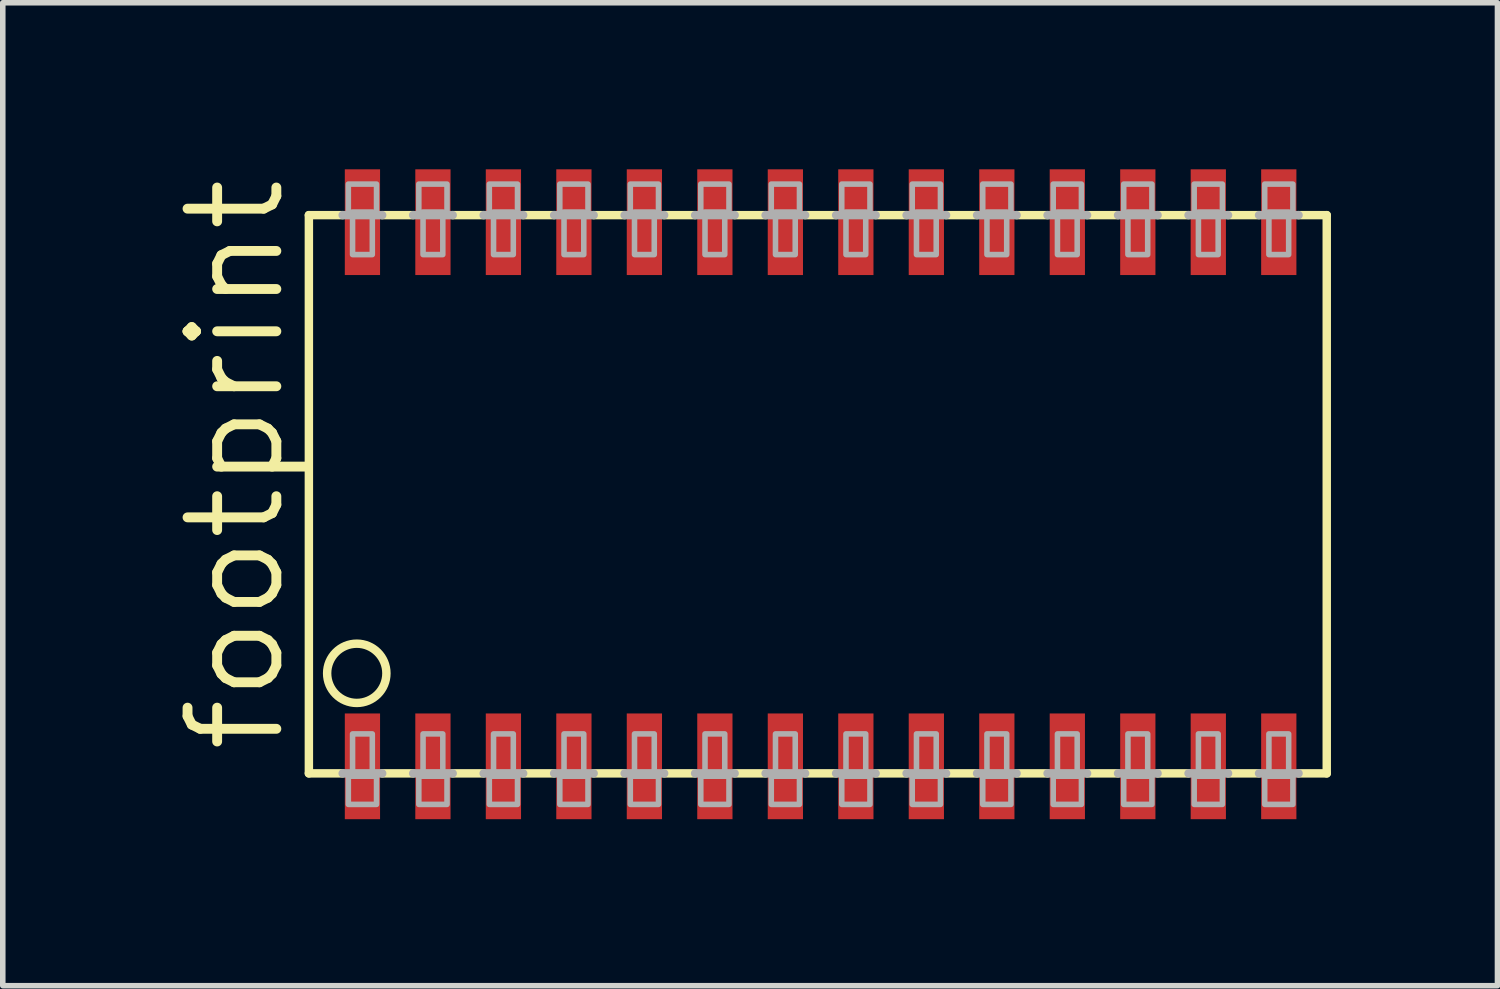
<source format=kicad_pcb>
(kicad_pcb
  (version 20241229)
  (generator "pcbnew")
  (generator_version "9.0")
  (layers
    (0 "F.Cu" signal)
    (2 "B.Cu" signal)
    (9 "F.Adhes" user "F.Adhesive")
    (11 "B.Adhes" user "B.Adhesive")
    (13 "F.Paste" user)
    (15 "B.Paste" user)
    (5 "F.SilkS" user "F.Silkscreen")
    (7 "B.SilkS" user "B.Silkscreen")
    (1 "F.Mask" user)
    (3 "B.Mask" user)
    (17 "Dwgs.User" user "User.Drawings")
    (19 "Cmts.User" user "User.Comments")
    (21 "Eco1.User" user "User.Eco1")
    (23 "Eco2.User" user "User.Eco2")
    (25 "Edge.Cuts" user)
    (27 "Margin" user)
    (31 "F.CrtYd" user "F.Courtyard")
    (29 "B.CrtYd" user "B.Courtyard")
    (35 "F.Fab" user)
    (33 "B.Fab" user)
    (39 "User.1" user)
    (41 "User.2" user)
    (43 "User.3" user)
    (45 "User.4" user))
  (footprint "footprint"
    (layer "F.Cu")
    (at 11.735 5.855)
    (property "Reference" "footprint" (at -9.601 4.724 90) (layer "F.SilkS") (effects (font (size 1.6 1.6) (thickness 0.178)) (justify left bottom)))
    (fp_line (start -9.22 -5.029) (end -9.22 5.029) (stroke (width 0.152) (type solid)) (layer "F.SilkS"))
    (fp_line (start -9.22 -5.029) (end -8.611 -5.029) (stroke (width 0.152) (type solid)) (layer "F.SilkS"))
    (fp_line (start -9.22 5.029) (end -8.611 5.029) (stroke (width 0.152) (type solid)) (layer "F.SilkS"))
    (fp_line (start -7.899 -5.029) (end -7.341 -5.029) (stroke (width 0.152) (type solid)) (layer "F.SilkS"))
    (fp_line (start -7.341 5.029) (end -7.899 5.029) (stroke (width 0.152) (type solid)) (layer "F.SilkS"))
    (fp_line (start -6.629 -5.029) (end -6.071 -5.029) (stroke (width 0.152) (type solid)) (layer "F.SilkS"))
    (fp_line (start -6.071 5.029) (end -6.629 5.029) (stroke (width 0.152) (type solid)) (layer "F.SilkS"))
    (fp_line (start -5.359 -5.029) (end -4.801 -5.029) (stroke (width 0.152) (type solid)) (layer "F.SilkS"))
    (fp_line (start -4.801 5.029) (end -5.359 5.029) (stroke (width 0.152) (type solid)) (layer "F.SilkS"))
    (fp_line (start -4.089 -5.029) (end -3.531 -5.029) (stroke (width 0.152) (type solid)) (layer "F.SilkS"))
    (fp_line (start -3.531 5.029) (end -4.089 5.029) (stroke (width 0.152) (type solid)) (layer "F.SilkS"))
    (fp_line (start -2.819 -5.029) (end -2.261 -5.029) (stroke (width 0.152) (type solid)) (layer "F.SilkS"))
    (fp_line (start -2.261 5.029) (end -2.819 5.029) (stroke (width 0.152) (type solid)) (layer "F.SilkS"))
    (fp_line (start -1.549 -5.029) (end -0.991 -5.029) (stroke (width 0.152) (type solid)) (layer "F.SilkS"))
    (fp_line (start -0.991 5.029) (end -1.549 5.029) (stroke (width 0.152) (type solid)) (layer "F.SilkS"))
    (fp_line (start -0.279 -5.029) (end 0.279 -5.029) (stroke (width 0.152) (type solid)) (layer "F.SilkS"))
    (fp_line (start 0.279 5.029) (end -0.279 5.029) (stroke (width 0.152) (type solid)) (layer "F.SilkS"))
    (fp_line (start 0.991 -5.029) (end 1.549 -5.029) (stroke (width 0.152) (type solid)) (layer "F.SilkS"))
    (fp_line (start 1.549 5.029) (end 0.991 5.029) (stroke (width 0.152) (type solid)) (layer "F.SilkS"))
    (fp_line (start 2.261 -5.029) (end 2.819 -5.029) (stroke (width 0.152) (type solid)) (layer "F.SilkS"))
    (fp_line (start 2.819 5.029) (end 2.261 5.029) (stroke (width 0.152) (type solid)) (layer "F.SilkS"))
    (fp_line (start 3.531 -5.029) (end 4.089 -5.029) (stroke (width 0.152) (type solid)) (layer "F.SilkS"))
    (fp_line (start 4.089 5.029) (end 3.531 5.029) (stroke (width 0.152) (type solid)) (layer "F.SilkS"))
    (fp_line (start 4.801 -5.029) (end 5.359 -5.029) (stroke (width 0.152) (type solid)) (layer "F.SilkS"))
    (fp_line (start 5.359 5.029) (end 4.801 5.029) (stroke (width 0.152) (type solid)) (layer "F.SilkS"))
    (fp_line (start 6.071 -5.029) (end 6.629 -5.029) (stroke (width 0.152) (type solid)) (layer "F.SilkS"))
    (fp_line (start 6.629 5.029) (end 6.071 5.029) (stroke (width 0.152) (type solid)) (layer "F.SilkS"))
    (fp_line (start 7.341 -5.029) (end 7.899 -5.029) (stroke (width 0.152) (type solid)) (layer "F.SilkS"))
    (fp_line (start 7.899 5.029) (end 7.341 5.029) (stroke (width 0.152) (type solid)) (layer "F.SilkS"))
    (fp_line (start 9.119 -5.029) (end 8.611 -5.029) (stroke (width 0.152) (type solid)) (layer "F.SilkS"))
    (fp_line (start 9.119 5.029) (end 8.611 5.029) (stroke (width 0.152) (type solid)) (layer "F.SilkS"))
    (fp_line (start 9.119 5.029) (end 9.119 -5.029) (stroke (width 0.152) (type solid)) (layer "F.SilkS"))
    (fp_circle (center -8.357 3.226) (end -7.823 3.226) (stroke (width 0.152) (type solid)) (fill no) (layer "F.SilkS"))
    (fp_line (start -8.611 -5.029) (end -7.899 -5.029) (stroke (width 0.152) (type solid)) (layer "F.Fab"))
    (fp_line (start -8.611 5.029) (end -7.899 5.029) (stroke (width 0.152) (type solid)) (layer "F.Fab"))
    (fp_line (start -7.341 -5.029) (end -6.629 -5.029) (stroke (width 0.152) (type solid)) (layer "F.Fab"))
    (fp_line (start -6.629 5.029) (end -7.341 5.029) (stroke (width 0.152) (type solid)) (layer "F.Fab"))
    (fp_line (start -6.071 -5.029) (end -5.359 -5.029) (stroke (width 0.152) (type solid)) (layer "F.Fab"))
    (fp_line (start -5.359 5.029) (end -6.071 5.029) (stroke (width 0.152) (type solid)) (layer "F.Fab"))
    (fp_line (start -4.801 -5.029) (end -4.089 -5.029) (stroke (width 0.152) (type solid)) (layer "F.Fab"))
    (fp_line (start -4.089 5.029) (end -4.801 5.029) (stroke (width 0.152) (type solid)) (layer "F.Fab"))
    (fp_line (start -3.531 -5.029) (end -2.819 -5.029) (stroke (width 0.152) (type solid)) (layer "F.Fab"))
    (fp_line (start -2.819 5.029) (end -3.531 5.029) (stroke (width 0.152) (type solid)) (layer "F.Fab"))
    (fp_line (start -2.261 -5.029) (end -1.549 -5.029) (stroke (width 0.152) (type solid)) (layer "F.Fab"))
    (fp_line (start -1.549 5.029) (end -2.261 5.029) (stroke (width 0.152) (type solid)) (layer "F.Fab"))
    (fp_line (start -0.991 -5.029) (end -0.279 -5.029) (stroke (width 0.152) (type solid)) (layer "F.Fab"))
    (fp_line (start -0.279 5.029) (end -0.991 5.029) (stroke (width 0.152) (type solid)) (layer "F.Fab"))
    (fp_line (start 0.279 -5.029) (end 0.991 -5.029) (stroke (width 0.152) (type solid)) (layer "F.Fab"))
    (fp_line (start 0.991 5.029) (end 0.279 5.029) (stroke (width 0.152) (type solid)) (layer "F.Fab"))
    (fp_line (start 1.549 -5.029) (end 2.261 -5.029) (stroke (width 0.152) (type solid)) (layer "F.Fab"))
    (fp_line (start 2.261 5.029) (end 1.549 5.029) (stroke (width 0.152) (type solid)) (layer "F.Fab"))
    (fp_line (start 2.819 -5.029) (end 3.531 -5.029) (stroke (width 0.152) (type solid)) (layer "F.Fab"))
    (fp_line (start 3.531 5.029) (end 2.819 5.029) (stroke (width 0.152) (type solid)) (layer "F.Fab"))
    (fp_line (start 4.089 -5.029) (end 4.801 -5.029) (stroke (width 0.152) (type solid)) (layer "F.Fab"))
    (fp_line (start 4.801 5.029) (end 4.089 5.029) (stroke (width 0.152) (type solid)) (layer "F.Fab"))
    (fp_line (start 5.359 -5.029) (end 6.071 -5.029) (stroke (width 0.152) (type solid)) (layer "F.Fab"))
    (fp_line (start 6.071 5.029) (end 5.359 5.029) (stroke (width 0.152) (type solid)) (layer "F.Fab"))
    (fp_line (start 6.629 -5.029) (end 7.341 -5.029) (stroke (width 0.152) (type solid)) (layer "F.Fab"))
    (fp_line (start 7.341 5.029) (end 6.629 5.029) (stroke (width 0.152) (type solid)) (layer "F.Fab"))
    (fp_line (start 8.611 -5.029) (end 7.899 -5.029) (stroke (width 0.152) (type solid)) (layer "F.Fab"))
    (fp_line (start 8.611 5.029) (end 7.899 5.029) (stroke (width 0.152) (type solid)) (layer "F.Fab"))
    (fp_poly (pts (xy -8.509 -5.08) (xy -8.001 -5.08) (xy -8.001 -5.588) (xy -8.509 -5.588)) (stroke (width 0.1) (type solid)) (fill no) (layer "F.Fab"))
    (fp_poly (pts (xy -8.509 5.588) (xy -8.001 5.588) (xy -8.001 5.08) (xy -8.509 5.08)) (stroke (width 0.1) (type solid)) (fill no) (layer "F.Fab"))
    (fp_poly (pts (xy -8.433 -4.318) (xy -8.077 -4.318) (xy -8.077 -5.08) (xy -8.433 -5.08)) (stroke (width 0.1) (type solid)) (fill no) (layer "F.Fab"))
    (fp_poly (pts (xy -8.433 5.08) (xy -8.077 5.08) (xy -8.077 4.318) (xy -8.433 4.318)) (stroke (width 0.1) (type solid)) (fill no) (layer "F.Fab"))
    (fp_poly (pts (xy -7.239 -5.08) (xy -6.731 -5.08) (xy -6.731 -5.588) (xy -7.239 -5.588)) (stroke (width 0.1) (type solid)) (fill no) (layer "F.Fab"))
    (fp_poly (pts (xy -7.239 5.588) (xy -6.731 5.588) (xy -6.731 5.08) (xy -7.239 5.08)) (stroke (width 0.1) (type solid)) (fill no) (layer "F.Fab"))
    (fp_poly (pts (xy -7.163 -4.318) (xy -6.807 -4.318) (xy -6.807 -5.08) (xy -7.163 -5.08)) (stroke (width 0.1) (type solid)) (fill no) (layer "F.Fab"))
    (fp_poly (pts (xy -7.163 5.08) (xy -6.807 5.08) (xy -6.807 4.318) (xy -7.163 4.318)) (stroke (width 0.1) (type solid)) (fill no) (layer "F.Fab"))
    (fp_poly (pts (xy -5.969 -5.08) (xy -5.461 -5.08) (xy -5.461 -5.588) (xy -5.969 -5.588)) (stroke (width 0.1) (type solid)) (fill no) (layer "F.Fab"))
    (fp_poly (pts (xy -5.969 5.588) (xy -5.461 5.588) (xy -5.461 5.08) (xy -5.969 5.08)) (stroke (width 0.1) (type solid)) (fill no) (layer "F.Fab"))
    (fp_poly (pts (xy -5.893 -4.318) (xy -5.537 -4.318) (xy -5.537 -5.08) (xy -5.893 -5.08)) (stroke (width 0.1) (type solid)) (fill no) (layer "F.Fab"))
    (fp_poly (pts (xy -5.893 5.08) (xy -5.537 5.08) (xy -5.537 4.318) (xy -5.893 4.318)) (stroke (width 0.1) (type solid)) (fill no) (layer "F.Fab"))
    (fp_poly (pts (xy -4.699 -5.08) (xy -4.191 -5.08) (xy -4.191 -5.588) (xy -4.699 -5.588)) (stroke (width 0.1) (type solid)) (fill no) (layer "F.Fab"))
    (fp_poly (pts (xy -4.699 5.588) (xy -4.191 5.588) (xy -4.191 5.08) (xy -4.699 5.08)) (stroke (width 0.1) (type solid)) (fill no) (layer "F.Fab"))
    (fp_poly (pts (xy -4.623 -4.318) (xy -4.267 -4.318) (xy -4.267 -5.08) (xy -4.623 -5.08)) (stroke (width 0.1) (type solid)) (fill no) (layer "F.Fab"))
    (fp_poly (pts (xy -4.623 5.08) (xy -4.267 5.08) (xy -4.267 4.318) (xy -4.623 4.318)) (stroke (width 0.1) (type solid)) (fill no) (layer "F.Fab"))
    (fp_poly (pts (xy -3.429 -5.08) (xy -2.921 -5.08) (xy -2.921 -5.588) (xy -3.429 -5.588)) (stroke (width 0.1) (type solid)) (fill no) (layer "F.Fab"))
    (fp_poly (pts (xy -3.429 5.588) (xy -2.921 5.588) (xy -2.921 5.08) (xy -3.429 5.08)) (stroke (width 0.1) (type solid)) (fill no) (layer "F.Fab"))
    (fp_poly (pts (xy -3.353 -4.318) (xy -2.997 -4.318) (xy -2.997 -5.08) (xy -3.353 -5.08)) (stroke (width 0.1) (type solid)) (fill no) (layer "F.Fab"))
    (fp_poly (pts (xy -3.353 5.08) (xy -2.997 5.08) (xy -2.997 4.318) (xy -3.353 4.318)) (stroke (width 0.1) (type solid)) (fill no) (layer "F.Fab"))
    (fp_poly (pts (xy -2.159 -5.08) (xy -1.651 -5.08) (xy -1.651 -5.588) (xy -2.159 -5.588)) (stroke (width 0.1) (type solid)) (fill no) (layer "F.Fab"))
    (fp_poly (pts (xy -2.159 5.588) (xy -1.651 5.588) (xy -1.651 5.08) (xy -2.159 5.08)) (stroke (width 0.1) (type solid)) (fill no) (layer "F.Fab"))
    (fp_poly (pts (xy -2.083 -4.318) (xy -1.727 -4.318) (xy -1.727 -5.08) (xy -2.083 -5.08)) (stroke (width 0.1) (type solid)) (fill no) (layer "F.Fab"))
    (fp_poly (pts (xy -2.083 5.08) (xy -1.727 5.08) (xy -1.727 4.318) (xy -2.083 4.318)) (stroke (width 0.1) (type solid)) (fill no) (layer "F.Fab"))
    (fp_poly (pts (xy -0.889 -5.08) (xy -0.381 -5.08) (xy -0.381 -5.588) (xy -0.889 -5.588)) (stroke (width 0.1) (type solid)) (fill no) (layer "F.Fab"))
    (fp_poly (pts (xy -0.889 5.588) (xy -0.381 5.588) (xy -0.381 5.08) (xy -0.889 5.08)) (stroke (width 0.1) (type solid)) (fill no) (layer "F.Fab"))
    (fp_poly (pts (xy -0.813 -4.318) (xy -0.457 -4.318) (xy -0.457 -5.08) (xy -0.813 -5.08)) (stroke (width 0.1) (type solid)) (fill no) (layer "F.Fab"))
    (fp_poly (pts (xy -0.813 5.08) (xy -0.457 5.08) (xy -0.457 4.318) (xy -0.813 4.318)) (stroke (width 0.1) (type solid)) (fill no) (layer "F.Fab"))
    (fp_poly (pts (xy 0.381 -5.08) (xy 0.889 -5.08) (xy 0.889 -5.588) (xy 0.381 -5.588)) (stroke (width 0.1) (type solid)) (fill no) (layer "F.Fab"))
    (fp_poly (pts (xy 0.381 5.588) (xy 0.889 5.588) (xy 0.889 5.08) (xy 0.381 5.08)) (stroke (width 0.1) (type solid)) (fill no) (layer "F.Fab"))
    (fp_poly (pts (xy 0.457 -4.318) (xy 0.813 -4.318) (xy 0.813 -5.08) (xy 0.457 -5.08)) (stroke (width 0.1) (type solid)) (fill no) (layer "F.Fab"))
    (fp_poly (pts (xy 0.457 5.08) (xy 0.813 5.08) (xy 0.813 4.318) (xy 0.457 4.318)) (stroke (width 0.1) (type solid)) (fill no) (layer "F.Fab"))
    (fp_poly (pts (xy 1.651 -5.08) (xy 2.159 -5.08) (xy 2.159 -5.588) (xy 1.651 -5.588)) (stroke (width 0.1) (type solid)) (fill no) (layer "F.Fab"))
    (fp_poly (pts (xy 1.651 5.588) (xy 2.159 5.588) (xy 2.159 5.08) (xy 1.651 5.08)) (stroke (width 0.1) (type solid)) (fill no) (layer "F.Fab"))
    (fp_poly (pts (xy 1.727 -4.318) (xy 2.083 -4.318) (xy 2.083 -5.08) (xy 1.727 -5.08)) (stroke (width 0.1) (type solid)) (fill no) (layer "F.Fab"))
    (fp_poly (pts (xy 1.727 5.08) (xy 2.083 5.08) (xy 2.083 4.318) (xy 1.727 4.318)) (stroke (width 0.1) (type solid)) (fill no) (layer "F.Fab"))
    (fp_poly (pts (xy 2.921 -5.08) (xy 3.429 -5.08) (xy 3.429 -5.588) (xy 2.921 -5.588)) (stroke (width 0.1) (type solid)) (fill no) (layer "F.Fab"))
    (fp_poly (pts (xy 2.921 5.588) (xy 3.429 5.588) (xy 3.429 5.08) (xy 2.921 5.08)) (stroke (width 0.1) (type solid)) (fill no) (layer "F.Fab"))
    (fp_poly (pts (xy 2.997 -4.318) (xy 3.353 -4.318) (xy 3.353 -5.08) (xy 2.997 -5.08)) (stroke (width 0.1) (type solid)) (fill no) (layer "F.Fab"))
    (fp_poly (pts (xy 2.997 5.08) (xy 3.353 5.08) (xy 3.353 4.318) (xy 2.997 4.318)) (stroke (width 0.1) (type solid)) (fill no) (layer "F.Fab"))
    (fp_poly (pts (xy 4.191 -5.08) (xy 4.699 -5.08) (xy 4.699 -5.588) (xy 4.191 -5.588)) (stroke (width 0.1) (type solid)) (fill no) (layer "F.Fab"))
    (fp_poly (pts (xy 4.191 5.588) (xy 4.699 5.588) (xy 4.699 5.08) (xy 4.191 5.08)) (stroke (width 0.1) (type solid)) (fill no) (layer "F.Fab"))
    (fp_poly (pts (xy 4.267 -4.318) (xy 4.623 -4.318) (xy 4.623 -5.08) (xy 4.267 -5.08)) (stroke (width 0.1) (type solid)) (fill no) (layer "F.Fab"))
    (fp_poly (pts (xy 4.267 5.08) (xy 4.623 5.08) (xy 4.623 4.318) (xy 4.267 4.318)) (stroke (width 0.1) (type solid)) (fill no) (layer "F.Fab"))
    (fp_poly (pts (xy 5.461 -5.08) (xy 5.969 -5.08) (xy 5.969 -5.588) (xy 5.461 -5.588)) (stroke (width 0.1) (type solid)) (fill no) (layer "F.Fab"))
    (fp_poly (pts (xy 5.461 5.588) (xy 5.969 5.588) (xy 5.969 5.08) (xy 5.461 5.08)) (stroke (width 0.1) (type solid)) (fill no) (layer "F.Fab"))
    (fp_poly (pts (xy 5.537 -4.318) (xy 5.893 -4.318) (xy 5.893 -5.08) (xy 5.537 -5.08)) (stroke (width 0.1) (type solid)) (fill no) (layer "F.Fab"))
    (fp_poly (pts (xy 5.537 5.08) (xy 5.893 5.08) (xy 5.893 4.318) (xy 5.537 4.318)) (stroke (width 0.1) (type solid)) (fill no) (layer "F.Fab"))
    (fp_poly (pts (xy 6.731 -5.08) (xy 7.239 -5.08) (xy 7.239 -5.588) (xy 6.731 -5.588)) (stroke (width 0.1) (type solid)) (fill no) (layer "F.Fab"))
    (fp_poly (pts (xy 6.731 5.588) (xy 7.239 5.588) (xy 7.239 5.08) (xy 6.731 5.08)) (stroke (width 0.1) (type solid)) (fill no) (layer "F.Fab"))
    (fp_poly (pts (xy 6.807 -4.318) (xy 7.163 -4.318) (xy 7.163 -5.08) (xy 6.807 -5.08)) (stroke (width 0.1) (type solid)) (fill no) (layer "F.Fab"))
    (fp_poly (pts (xy 6.807 5.08) (xy 7.163 5.08) (xy 7.163 4.318) (xy 6.807 4.318)) (stroke (width 0.1) (type solid)) (fill no) (layer "F.Fab"))
    (fp_poly (pts (xy 8.001 -5.08) (xy 8.509 -5.08) (xy 8.509 -5.588) (xy 8.001 -5.588)) (stroke (width 0.1) (type solid)) (fill no) (layer "F.Fab"))
    (fp_poly (pts (xy 8.001 5.588) (xy 8.509 5.588) (xy 8.509 5.08) (xy 8.001 5.08)) (stroke (width 0.1) (type solid)) (fill no) (layer "F.Fab"))
    (fp_poly (pts (xy 8.077 -4.318) (xy 8.433 -4.318) (xy 8.433 -5.08) (xy 8.077 -5.08)) (stroke (width 0.1) (type solid)) (fill no) (layer "F.Fab"))
    (fp_poly (pts (xy 8.077 5.08) (xy 8.433 5.08) (xy 8.433 4.318) (xy 8.077 4.318)) (stroke (width 0.1) (type solid)) (fill no) (layer "F.Fab"))
    (pad "1" smd rect (at -8.255 4.902) (size 0.635 1.905) (layers "F.Cu" "F.Mask" "F.Paste"))
    (pad "2" smd rect (at -6.985 4.902) (size 0.635 1.905) (layers "F.Cu" "F.Mask" "F.Paste"))
    (pad "3" smd rect (at -5.715 4.902) (size 0.635 1.905) (layers "F.Cu" "F.Mask" "F.Paste"))
    (pad "4" smd rect (at -4.445 4.902) (size 0.635 1.905) (layers "F.Cu" "F.Mask" "F.Paste"))
    (pad "5" smd rect (at -3.175 4.902) (size 0.635 1.905) (layers "F.Cu" "F.Mask" "F.Paste"))
    (pad "6" smd rect (at -1.905 4.902) (size 0.635 1.905) (layers "F.Cu" "F.Mask" "F.Paste"))
    (pad "7" smd rect (at -0.635 4.902) (size 0.635 1.905) (layers "F.Cu" "F.Mask" "F.Paste"))
    (pad "8" smd rect (at 0.635 4.902) (size 0.635 1.905) (layers "F.Cu" "F.Mask" "F.Paste"))
    (pad "9" smd rect (at 1.905 4.902) (size 0.635 1.905) (layers "F.Cu" "F.Mask" "F.Paste"))
    (pad "10" smd rect (at 3.175 4.902) (size 0.635 1.905) (layers "F.Cu" "F.Mask" "F.Paste"))
    (pad "11" smd rect (at 4.445 4.902) (size 0.635 1.905) (layers "F.Cu" "F.Mask" "F.Paste"))
    (pad "12" smd rect (at 5.715 4.902) (size 0.635 1.905) (layers "F.Cu" "F.Mask" "F.Paste"))
    (pad "13" smd rect (at 6.985 4.902) (size 0.635 1.905) (layers "F.Cu" "F.Mask" "F.Paste"))
    (pad "14" smd rect (at 8.255 4.902) (size 0.635 1.905) (layers "F.Cu" "F.Mask" "F.Paste"))
    (pad "15" smd rect (at 8.255 -4.902) (size 0.635 1.905) (layers "F.Cu" "F.Mask" "F.Paste"))
    (pad "16" smd rect (at 6.985 -4.902) (size 0.635 1.905) (layers "F.Cu" "F.Mask" "F.Paste"))
    (pad "17" smd rect (at 5.715 -4.902) (size 0.635 1.905) (layers "F.Cu" "F.Mask" "F.Paste"))
    (pad "18" smd rect (at 4.445 -4.902) (size 0.635 1.905) (layers "F.Cu" "F.Mask" "F.Paste"))
    (pad "19" smd rect (at 3.175 -4.902) (size 0.635 1.905) (layers "F.Cu" "F.Mask" "F.Paste"))
    (pad "20" smd rect (at 1.905 -4.902) (size 0.635 1.905) (layers "F.Cu" "F.Mask" "F.Paste"))
    (pad "21" smd rect (at 0.635 -4.902) (size 0.635 1.905) (layers "F.Cu" "F.Mask" "F.Paste"))
    (pad "22" smd rect (at -0.635 -4.902) (size 0.635 1.905) (layers "F.Cu" "F.Mask" "F.Paste"))
    (pad "23" smd rect (at -1.905 -4.902) (size 0.635 1.905) (layers "F.Cu" "F.Mask" "F.Paste"))
    (pad "24" smd rect (at -3.175 -4.902) (size 0.635 1.905) (layers "F.Cu" "F.Mask" "F.Paste"))
    (pad "25" smd rect (at -4.445 -4.902) (size 0.635 1.905) (layers "F.Cu" "F.Mask" "F.Paste"))
    (pad "26" smd rect (at -5.715 -4.902) (size 0.635 1.905) (layers "F.Cu" "F.Mask" "F.Paste"))
    (pad "27" smd rect (at -6.985 -4.902) (size 0.635 1.905) (layers "F.Cu" "F.Mask" "F.Paste"))
    (pad "28" smd rect (at -8.255 -4.902) (size 0.635 1.905) (layers "F.Cu" "F.Mask" "F.Paste")))
  (gr_rect
    (start -3 -3)
    (end 23.93 14.709)
    (stroke (width 0.1) (type default))
    (fill no)
    (layer "Edge.Cuts")))
</source>
